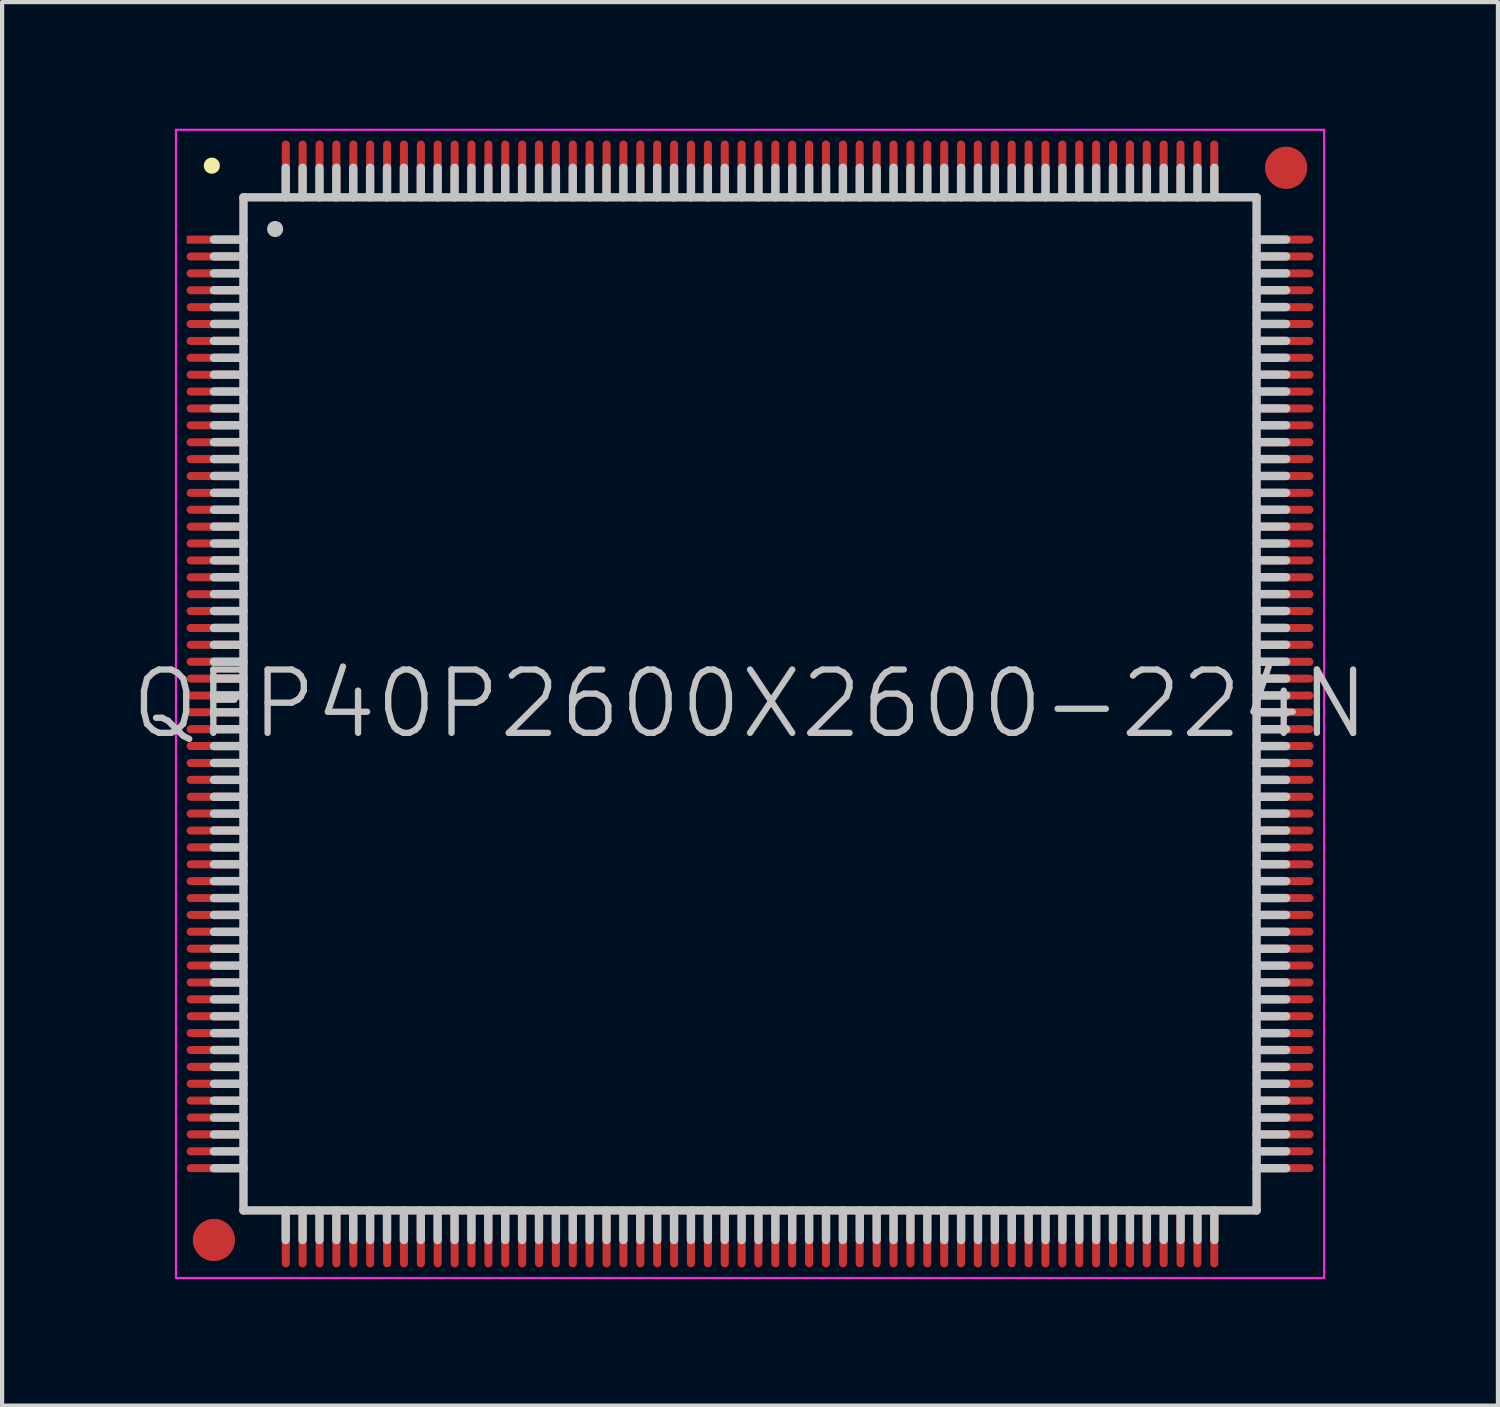
<source format=kicad_pcb>
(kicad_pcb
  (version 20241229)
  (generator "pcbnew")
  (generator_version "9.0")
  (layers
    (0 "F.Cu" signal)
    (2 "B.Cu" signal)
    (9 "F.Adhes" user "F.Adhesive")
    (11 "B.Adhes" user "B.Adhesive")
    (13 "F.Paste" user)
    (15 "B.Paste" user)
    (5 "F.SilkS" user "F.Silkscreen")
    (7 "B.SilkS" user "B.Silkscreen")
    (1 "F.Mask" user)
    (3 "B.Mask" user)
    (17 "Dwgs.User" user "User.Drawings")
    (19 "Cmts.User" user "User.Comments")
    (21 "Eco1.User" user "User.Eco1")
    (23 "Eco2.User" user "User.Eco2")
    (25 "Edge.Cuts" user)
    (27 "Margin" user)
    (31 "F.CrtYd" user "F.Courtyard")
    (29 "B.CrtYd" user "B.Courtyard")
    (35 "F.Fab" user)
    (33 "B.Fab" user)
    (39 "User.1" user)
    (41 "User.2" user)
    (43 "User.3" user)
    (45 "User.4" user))
  (footprint "QFP40P2600X2600-224N"
    (layer "F.Cu")
    (at 14.718 13.625)
    (property "Reference" "QFP40P2600X2600-224N" (at 0 0 0) (layer "Dwgs.User") (effects (font (size 1.5 1.5) (thickness 0.15))))
    (attr smd)
    (fp_line (start -12.75 -12.75) (end -12.75 -12.75) (stroke (width 0.381) (type solid)) (layer "F.SilkS"))
    (fp_line (start -12 -12) (end -12 12) (stroke (width 0.2) (type solid)) (layer "Dwgs.User"))
    (fp_line (start -12 -12) (end 12 -12) (stroke (width 0.2) (type solid)) (layer "Dwgs.User"))
    (fp_line (start -12 -11) (end -12.7 -11) (stroke (width 0.2) (type solid)) (layer "Dwgs.User"))
    (fp_line (start -12 -10.6) (end -12.7 -10.6) (stroke (width 0.2) (type solid)) (layer "Dwgs.User"))
    (fp_line (start -12 -10.2) (end -12.7 -10.2) (stroke (width 0.2) (type solid)) (layer "Dwgs.User"))
    (fp_line (start -12 -9.8) (end -12.7 -9.8) (stroke (width 0.2) (type solid)) (layer "Dwgs.User"))
    (fp_line (start -12 -9.4) (end -12.7 -9.4) (stroke (width 0.2) (type solid)) (layer "Dwgs.User"))
    (fp_line (start -12 -9) (end -12.7 -9) (stroke (width 0.2) (type solid)) (layer "Dwgs.User"))
    (fp_line (start -12 -8.6) (end -12.7 -8.6) (stroke (width 0.2) (type solid)) (layer "Dwgs.User"))
    (fp_line (start -12 -8.2) (end -12.7 -8.2) (stroke (width 0.2) (type solid)) (layer "Dwgs.User"))
    (fp_line (start -12 -7.8) (end -12.7 -7.8) (stroke (width 0.2) (type solid)) (layer "Dwgs.User"))
    (fp_line (start -12 -7.4) (end -12.7 -7.4) (stroke (width 0.2) (type solid)) (layer "Dwgs.User"))
    (fp_line (start -12 -7) (end -12.7 -7) (stroke (width 0.2) (type solid)) (layer "Dwgs.User"))
    (fp_line (start -12 -6.6) (end -12.7 -6.6) (stroke (width 0.2) (type solid)) (layer "Dwgs.User"))
    (fp_line (start -12 -6.2) (end -12.7 -6.2) (stroke (width 0.2) (type solid)) (layer "Dwgs.User"))
    (fp_line (start -12 -5.8) (end -12.7 -5.8) (stroke (width 0.2) (type solid)) (layer "Dwgs.User"))
    (fp_line (start -12 -5.4) (end -12.7 -5.4) (stroke (width 0.2) (type solid)) (layer "Dwgs.User"))
    (fp_line (start -12 -5) (end -12.7 -5) (stroke (width 0.2) (type solid)) (layer "Dwgs.User"))
    (fp_line (start -12 -4.6) (end -12.7 -4.6) (stroke (width 0.2) (type solid)) (layer "Dwgs.User"))
    (fp_line (start -12 -4.2) (end -12.7 -4.2) (stroke (width 0.2) (type solid)) (layer "Dwgs.User"))
    (fp_line (start -12 -3.8) (end -12.7 -3.8) (stroke (width 0.2) (type solid)) (layer "Dwgs.User"))
    (fp_line (start -12 -3.4) (end -12.7 -3.4) (stroke (width 0.2) (type solid)) (layer "Dwgs.User"))
    (fp_line (start -12 -3) (end -12.7 -3) (stroke (width 0.2) (type solid)) (layer "Dwgs.User"))
    (fp_line (start -12 -2.6) (end -12.7 -2.6) (stroke (width 0.2) (type solid)) (layer "Dwgs.User"))
    (fp_line (start -12 -2.2) (end -12.7 -2.2) (stroke (width 0.2) (type solid)) (layer "Dwgs.User"))
    (fp_line (start -12 -1.8) (end -12.7 -1.8) (stroke (width 0.2) (type solid)) (layer "Dwgs.User"))
    (fp_line (start -12 -1.4) (end -12.7 -1.4) (stroke (width 0.2) (type solid)) (layer "Dwgs.User"))
    (fp_line (start -12 -1) (end -12.7 -1) (stroke (width 0.2) (type solid)) (layer "Dwgs.User"))
    (fp_line (start -12 -0.6) (end -12.7 -0.6) (stroke (width 0.2) (type solid)) (layer "Dwgs.User"))
    (fp_line (start -12 -0.2) (end -12.7 -0.2) (stroke (width 0.2) (type solid)) (layer "Dwgs.User"))
    (fp_line (start -12 0.2) (end -12.7 0.2) (stroke (width 0.2) (type solid)) (layer "Dwgs.User"))
    (fp_line (start -12 0.6) (end -12.7 0.6) (stroke (width 0.2) (type solid)) (layer "Dwgs.User"))
    (fp_line (start -12 1) (end -12.7 1) (stroke (width 0.2) (type solid)) (layer "Dwgs.User"))
    (fp_line (start -12 1.4) (end -12.7 1.4) (stroke (width 0.2) (type solid)) (layer "Dwgs.User"))
    (fp_line (start -12 1.8) (end -12.7 1.8) (stroke (width 0.2) (type solid)) (layer "Dwgs.User"))
    (fp_line (start -12 2.2) (end -12.7 2.2) (stroke (width 0.2) (type solid)) (layer "Dwgs.User"))
    (fp_line (start -12 2.6) (end -12.7 2.6) (stroke (width 0.2) (type solid)) (layer "Dwgs.User"))
    (fp_line (start -12 3) (end -12.7 3) (stroke (width 0.2) (type solid)) (layer "Dwgs.User"))
    (fp_line (start -12 3.4) (end -12.7 3.4) (stroke (width 0.2) (type solid)) (layer "Dwgs.User"))
    (fp_line (start -12 3.8) (end -12.7 3.8) (stroke (width 0.2) (type solid)) (layer "Dwgs.User"))
    (fp_line (start -12 4.2) (end -12.7 4.2) (stroke (width 0.2) (type solid)) (layer "Dwgs.User"))
    (fp_line (start -12 4.6) (end -12.7 4.6) (stroke (width 0.2) (type solid)) (layer "Dwgs.User"))
    (fp_line (start -12 5) (end -12.7 5) (stroke (width 0.2) (type solid)) (layer "Dwgs.User"))
    (fp_line (start -12 5.4) (end -12.7 5.4) (stroke (width 0.2) (type solid)) (layer "Dwgs.User"))
    (fp_line (start -12 5.8) (end -12.7 5.8) (stroke (width 0.2) (type solid)) (layer "Dwgs.User"))
    (fp_line (start -12 6.2) (end -12.7 6.2) (stroke (width 0.2) (type solid)) (layer "Dwgs.User"))
    (fp_line (start -12 6.6) (end -12.7 6.6) (stroke (width 0.2) (type solid)) (layer "Dwgs.User"))
    (fp_line (start -12 7) (end -12.7 7) (stroke (width 0.2) (type solid)) (layer "Dwgs.User"))
    (fp_line (start -12 7.4) (end -12.7 7.4) (stroke (width 0.2) (type solid)) (layer "Dwgs.User"))
    (fp_line (start -12 7.8) (end -12.7 7.8) (stroke (width 0.2) (type solid)) (layer "Dwgs.User"))
    (fp_line (start -12 8.2) (end -12.7 8.2) (stroke (width 0.2) (type solid)) (layer "Dwgs.User"))
    (fp_line (start -12 8.6) (end -12.7 8.6) (stroke (width 0.2) (type solid)) (layer "Dwgs.User"))
    (fp_line (start -12 9) (end -12.7 9) (stroke (width 0.2) (type solid)) (layer "Dwgs.User"))
    (fp_line (start -12 9.4) (end -12.7 9.4) (stroke (width 0.2) (type solid)) (layer "Dwgs.User"))
    (fp_line (start -12 9.8) (end -12.7 9.8) (stroke (width 0.2) (type solid)) (layer "Dwgs.User"))
    (fp_line (start -12 10.2) (end -12.7 10.2) (stroke (width 0.2) (type solid)) (layer "Dwgs.User"))
    (fp_line (start -12 10.6) (end -12.7 10.6) (stroke (width 0.2) (type solid)) (layer "Dwgs.User"))
    (fp_line (start -12 11) (end -12.7 11) (stroke (width 0.2) (type solid)) (layer "Dwgs.User"))
    (fp_line (start -12 12) (end 12 12) (stroke (width 0.2) (type solid)) (layer "Dwgs.User"))
    (fp_line (start -11.25 -11.25) (end -11.25 -11.25) (stroke (width 0.381) (type solid)) (layer "Dwgs.User"))
    (fp_line (start -11 -12) (end -11 -12.7) (stroke (width 0.2) (type solid)) (layer "Dwgs.User"))
    (fp_line (start -11 12.7) (end -11 12) (stroke (width 0.2) (type solid)) (layer "Dwgs.User"))
    (fp_line (start -10.6 -12) (end -10.6 -12.7) (stroke (width 0.2) (type solid)) (layer "Dwgs.User"))
    (fp_line (start -10.6 12.7) (end -10.6 12) (stroke (width 0.2) (type solid)) (layer "Dwgs.User"))
    (fp_line (start -10.2 -12) (end -10.2 -12.7) (stroke (width 0.2) (type solid)) (layer "Dwgs.User"))
    (fp_line (start -10.2 12.7) (end -10.2 12) (stroke (width 0.2) (type solid)) (layer "Dwgs.User"))
    (fp_line (start -9.8 -12) (end -9.8 -12.7) (stroke (width 0.2) (type solid)) (layer "Dwgs.User"))
    (fp_line (start -9.8 12.7) (end -9.8 12) (stroke (width 0.2) (type solid)) (layer "Dwgs.User"))
    (fp_line (start -9.4 -12) (end -9.4 -12.7) (stroke (width 0.2) (type solid)) (layer "Dwgs.User"))
    (fp_line (start -9.4 12.7) (end -9.4 12) (stroke (width 0.2) (type solid)) (layer "Dwgs.User"))
    (fp_line (start -9 -12) (end -9 -12.7) (stroke (width 0.2) (type solid)) (layer "Dwgs.User"))
    (fp_line (start -9 12.7) (end -9 12) (stroke (width 0.2) (type solid)) (layer "Dwgs.User"))
    (fp_line (start -8.6 -12) (end -8.6 -12.7) (stroke (width 0.2) (type solid)) (layer "Dwgs.User"))
    (fp_line (start -8.6 12.7) (end -8.6 12) (stroke (width 0.2) (type solid)) (layer "Dwgs.User"))
    (fp_line (start -8.2 -12) (end -8.2 -12.7) (stroke (width 0.2) (type solid)) (layer "Dwgs.User"))
    (fp_line (start -8.2 12.7) (end -8.2 12) (stroke (width 0.2) (type solid)) (layer "Dwgs.User"))
    (fp_line (start -7.8 -12) (end -7.8 -12.7) (stroke (width 0.2) (type solid)) (layer "Dwgs.User"))
    (fp_line (start -7.8 12.7) (end -7.8 12) (stroke (width 0.2) (type solid)) (layer "Dwgs.User"))
    (fp_line (start -7.4 -12) (end -7.4 -12.7) (stroke (width 0.2) (type solid)) (layer "Dwgs.User"))
    (fp_line (start -7.4 12.7) (end -7.4 12) (stroke (width 0.2) (type solid)) (layer "Dwgs.User"))
    (fp_line (start -7 -12) (end -7 -12.7) (stroke (width 0.2) (type solid)) (layer "Dwgs.User"))
    (fp_line (start -7 12.7) (end -7 12) (stroke (width 0.2) (type solid)) (layer "Dwgs.User"))
    (fp_line (start -6.6 -12) (end -6.6 -12.7) (stroke (width 0.2) (type solid)) (layer "Dwgs.User"))
    (fp_line (start -6.6 12.7) (end -6.6 12) (stroke (width 0.2) (type solid)) (layer "Dwgs.User"))
    (fp_line (start -6.2 -12) (end -6.2 -12.7) (stroke (width 0.2) (type solid)) (layer "Dwgs.User"))
    (fp_line (start -6.2 12.7) (end -6.2 12) (stroke (width 0.2) (type solid)) (layer "Dwgs.User"))
    (fp_line (start -5.8 -12) (end -5.8 -12.7) (stroke (width 0.2) (type solid)) (layer "Dwgs.User"))
    (fp_line (start -5.8 12.7) (end -5.8 12) (stroke (width 0.2) (type solid)) (layer "Dwgs.User"))
    (fp_line (start -5.4 -12) (end -5.4 -12.7) (stroke (width 0.2) (type solid)) (layer "Dwgs.User"))
    (fp_line (start -5.4 12.7) (end -5.4 12) (stroke (width 0.2) (type solid)) (layer "Dwgs.User"))
    (fp_line (start -5 -12) (end -5 -12.7) (stroke (width 0.2) (type solid)) (layer "Dwgs.User"))
    (fp_line (start -5 12.7) (end -5 12) (stroke (width 0.2) (type solid)) (layer "Dwgs.User"))
    (fp_line (start -4.6 -12) (end -4.6 -12.7) (stroke (width 0.2) (type solid)) (layer "Dwgs.User"))
    (fp_line (start -4.6 12.7) (end -4.6 12) (stroke (width 0.2) (type solid)) (layer "Dwgs.User"))
    (fp_line (start -4.2 -12) (end -4.2 -12.7) (stroke (width 0.2) (type solid)) (layer "Dwgs.User"))
    (fp_line (start -4.2 12.7) (end -4.2 12) (stroke (width 0.2) (type solid)) (layer "Dwgs.User"))
    (fp_line (start -3.8 -12) (end -3.8 -12.7) (stroke (width 0.2) (type solid)) (layer "Dwgs.User"))
    (fp_line (start -3.8 12.7) (end -3.8 12) (stroke (width 0.2) (type solid)) (layer "Dwgs.User"))
    (fp_line (start -3.4 -12) (end -3.4 -12.7) (stroke (width 0.2) (type solid)) (layer "Dwgs.User"))
    (fp_line (start -3.4 12.7) (end -3.4 12) (stroke (width 0.2) (type solid)) (layer "Dwgs.User"))
    (fp_line (start -3 -12) (end -3 -12.7) (stroke (width 0.2) (type solid)) (layer "Dwgs.User"))
    (fp_line (start -3 12.7) (end -3 12) (stroke (width 0.2) (type solid)) (layer "Dwgs.User"))
    (fp_line (start -2.6 -12) (end -2.6 -12.7) (stroke (width 0.2) (type solid)) (layer "Dwgs.User"))
    (fp_line (start -2.6 12.7) (end -2.6 12) (stroke (width 0.2) (type solid)) (layer "Dwgs.User"))
    (fp_line (start -2.2 -12) (end -2.2 -12.7) (stroke (width 0.2) (type solid)) (layer "Dwgs.User"))
    (fp_line (start -2.2 12.7) (end -2.2 12) (stroke (width 0.2) (type solid)) (layer "Dwgs.User"))
    (fp_line (start -1.8 -12) (end -1.8 -12.7) (stroke (width 0.2) (type solid)) (layer "Dwgs.User"))
    (fp_line (start -1.8 12.7) (end -1.8 12) (stroke (width 0.2) (type solid)) (layer "Dwgs.User"))
    (fp_line (start -1.4 -12) (end -1.4 -12.7) (stroke (width 0.2) (type solid)) (layer "Dwgs.User"))
    (fp_line (start -1.4 12.7) (end -1.4 12) (stroke (width 0.2) (type solid)) (layer "Dwgs.User"))
    (fp_line (start -1 -12) (end -1 -12.7) (stroke (width 0.2) (type solid)) (layer "Dwgs.User"))
    (fp_line (start -1 12.7) (end -1 12) (stroke (width 0.2) (type solid)) (layer "Dwgs.User"))
    (fp_line (start -0.6 -12) (end -0.6 -12.7) (stroke (width 0.2) (type solid)) (layer "Dwgs.User"))
    (fp_line (start -0.6 12.7) (end -0.6 12) (stroke (width 0.2) (type solid)) (layer "Dwgs.User"))
    (fp_line (start -0.2 -12) (end -0.2 -12.7) (stroke (width 0.2) (type solid)) (layer "Dwgs.User"))
    (fp_line (start -0.2 12.7) (end -0.2 12) (stroke (width 0.2) (type solid)) (layer "Dwgs.User"))
    (fp_line (start 0.2 -12) (end 0.2 -12.7) (stroke (width 0.2) (type solid)) (layer "Dwgs.User"))
    (fp_line (start 0.2 12.7) (end 0.2 12) (stroke (width 0.2) (type solid)) (layer "Dwgs.User"))
    (fp_line (start 0.6 -12) (end 0.6 -12.7) (stroke (width 0.2) (type solid)) (layer "Dwgs.User"))
    (fp_line (start 0.6 12.7) (end 0.6 12) (stroke (width 0.2) (type solid)) (layer "Dwgs.User"))
    (fp_line (start 1 -12) (end 1 -12.7) (stroke (width 0.2) (type solid)) (layer "Dwgs.User"))
    (fp_line (start 1 12.7) (end 1 12) (stroke (width 0.2) (type solid)) (layer "Dwgs.User"))
    (fp_line (start 1.4 -12) (end 1.4 -12.7) (stroke (width 0.2) (type solid)) (layer "Dwgs.User"))
    (fp_line (start 1.4 12.7) (end 1.4 12) (stroke (width 0.2) (type solid)) (layer "Dwgs.User"))
    (fp_line (start 1.8 -12) (end 1.8 -12.7) (stroke (width 0.2) (type solid)) (layer "Dwgs.User"))
    (fp_line (start 1.8 12.7) (end 1.8 12) (stroke (width 0.2) (type solid)) (layer "Dwgs.User"))
    (fp_line (start 2.2 -12) (end 2.2 -12.7) (stroke (width 0.2) (type solid)) (layer "Dwgs.User"))
    (fp_line (start 2.2 12.7) (end 2.2 12) (stroke (width 0.2) (type solid)) (layer "Dwgs.User"))
    (fp_line (start 2.6 -12) (end 2.6 -12.7) (stroke (width 0.2) (type solid)) (layer "Dwgs.User"))
    (fp_line (start 2.6 12.7) (end 2.6 12) (stroke (width 0.2) (type solid)) (layer "Dwgs.User"))
    (fp_line (start 3 -12) (end 3 -12.7) (stroke (width 0.2) (type solid)) (layer "Dwgs.User"))
    (fp_line (start 3 12.7) (end 3 12) (stroke (width 0.2) (type solid)) (layer "Dwgs.User"))
    (fp_line (start 3.4 -12) (end 3.4 -12.7) (stroke (width 0.2) (type solid)) (layer "Dwgs.User"))
    (fp_line (start 3.4 12.7) (end 3.4 12) (stroke (width 0.2) (type solid)) (layer "Dwgs.User"))
    (fp_line (start 3.8 -12) (end 3.8 -12.7) (stroke (width 0.2) (type solid)) (layer "Dwgs.User"))
    (fp_line (start 3.8 12.7) (end 3.8 12) (stroke (width 0.2) (type solid)) (layer "Dwgs.User"))
    (fp_line (start 4.2 -12) (end 4.2 -12.7) (stroke (width 0.2) (type solid)) (layer "Dwgs.User"))
    (fp_line (start 4.2 12.7) (end 4.2 12) (stroke (width 0.2) (type solid)) (layer "Dwgs.User"))
    (fp_line (start 4.6 -12) (end 4.6 -12.7) (stroke (width 0.2) (type solid)) (layer "Dwgs.User"))
    (fp_line (start 4.6 12.7) (end 4.6 12) (stroke (width 0.2) (type solid)) (layer "Dwgs.User"))
    (fp_line (start 5 -12) (end 5 -12.7) (stroke (width 0.2) (type solid)) (layer "Dwgs.User"))
    (fp_line (start 5 12.7) (end 5 12) (stroke (width 0.2) (type solid)) (layer "Dwgs.User"))
    (fp_line (start 5.4 -12) (end 5.4 -12.7) (stroke (width 0.2) (type solid)) (layer "Dwgs.User"))
    (fp_line (start 5.4 12.7) (end 5.4 12) (stroke (width 0.2) (type solid)) (layer "Dwgs.User"))
    (fp_line (start 5.8 -12) (end 5.8 -12.7) (stroke (width 0.2) (type solid)) (layer "Dwgs.User"))
    (fp_line (start 5.8 12.7) (end 5.8 12) (stroke (width 0.2) (type solid)) (layer "Dwgs.User"))
    (fp_line (start 6.2 -12) (end 6.2 -12.7) (stroke (width 0.2) (type solid)) (layer "Dwgs.User"))
    (fp_line (start 6.2 12.7) (end 6.2 12) (stroke (width 0.2) (type solid)) (layer "Dwgs.User"))
    (fp_line (start 6.6 -12) (end 6.6 -12.7) (stroke (width 0.2) (type solid)) (layer "Dwgs.User"))
    (fp_line (start 6.6 12.7) (end 6.6 12) (stroke (width 0.2) (type solid)) (layer "Dwgs.User"))
    (fp_line (start 7 -12) (end 7 -12.7) (stroke (width 0.2) (type solid)) (layer "Dwgs.User"))
    (fp_line (start 7 12.7) (end 7 12) (stroke (width 0.2) (type solid)) (layer "Dwgs.User"))
    (fp_line (start 7.4 -12) (end 7.4 -12.7) (stroke (width 0.2) (type solid)) (layer "Dwgs.User"))
    (fp_line (start 7.4 12.7) (end 7.4 12) (stroke (width 0.2) (type solid)) (layer "Dwgs.User"))
    (fp_line (start 7.8 -12) (end 7.8 -12.7) (stroke (width 0.2) (type solid)) (layer "Dwgs.User"))
    (fp_line (start 7.8 12.7) (end 7.8 12) (stroke (width 0.2) (type solid)) (layer "Dwgs.User"))
    (fp_line (start 8.2 -12) (end 8.2 -12.7) (stroke (width 0.2) (type solid)) (layer "Dwgs.User"))
    (fp_line (start 8.2 12.7) (end 8.2 12) (stroke (width 0.2) (type solid)) (layer "Dwgs.User"))
    (fp_line (start 8.6 -12) (end 8.6 -12.7) (stroke (width 0.2) (type solid)) (layer "Dwgs.User"))
    (fp_line (start 8.6 12.7) (end 8.6 12) (stroke (width 0.2) (type solid)) (layer "Dwgs.User"))
    (fp_line (start 9 -12) (end 9 -12.7) (stroke (width 0.2) (type solid)) (layer "Dwgs.User"))
    (fp_line (start 9 12.7) (end 9 12) (stroke (width 0.2) (type solid)) (layer "Dwgs.User"))
    (fp_line (start 9.4 -12) (end 9.4 -12.7) (stroke (width 0.2) (type solid)) (layer "Dwgs.User"))
    (fp_line (start 9.4 12.7) (end 9.4 12) (stroke (width 0.2) (type solid)) (layer "Dwgs.User"))
    (fp_line (start 9.8 -12) (end 9.8 -12.7) (stroke (width 0.2) (type solid)) (layer "Dwgs.User"))
    (fp_line (start 9.8 12.7) (end 9.8 12) (stroke (width 0.2) (type solid)) (layer "Dwgs.User"))
    (fp_line (start 10.2 -12) (end 10.2 -12.7) (stroke (width 0.2) (type solid)) (layer "Dwgs.User"))
    (fp_line (start 10.2 12.7) (end 10.2 12) (stroke (width 0.2) (type solid)) (layer "Dwgs.User"))
    (fp_line (start 10.6 -12) (end 10.6 -12.7) (stroke (width 0.2) (type solid)) (layer "Dwgs.User"))
    (fp_line (start 10.6 12.7) (end 10.6 12) (stroke (width 0.2) (type solid)) (layer "Dwgs.User"))
    (fp_line (start 11 -12) (end 11 -12.7) (stroke (width 0.2) (type solid)) (layer "Dwgs.User"))
    (fp_line (start 11 12.7) (end 11 12) (stroke (width 0.2) (type solid)) (layer "Dwgs.User"))
    (fp_line (start 12 -12) (end 12 12) (stroke (width 0.2) (type solid)) (layer "Dwgs.User"))
    (fp_line (start 12.7 -11) (end 12 -11) (stroke (width 0.2) (type solid)) (layer "Dwgs.User"))
    (fp_line (start 12.7 -10.6) (end 12 -10.6) (stroke (width 0.2) (type solid)) (layer "Dwgs.User"))
    (fp_line (start 12.7 -10.2) (end 12 -10.2) (stroke (width 0.2) (type solid)) (layer "Dwgs.User"))
    (fp_line (start 12.7 -9.8) (end 12 -9.8) (stroke (width 0.2) (type solid)) (layer "Dwgs.User"))
    (fp_line (start 12.7 -9.4) (end 12 -9.4) (stroke (width 0.2) (type solid)) (layer "Dwgs.User"))
    (fp_line (start 12.7 -9) (end 12 -9) (stroke (width 0.2) (type solid)) (layer "Dwgs.User"))
    (fp_line (start 12.7 -8.6) (end 12 -8.6) (stroke (width 0.2) (type solid)) (layer "Dwgs.User"))
    (fp_line (start 12.7 -8.2) (end 12 -8.2) (stroke (width 0.2) (type solid)) (layer "Dwgs.User"))
    (fp_line (start 12.7 -7.8) (end 12 -7.8) (stroke (width 0.2) (type solid)) (layer "Dwgs.User"))
    (fp_line (start 12.7 -7.4) (end 12 -7.4) (stroke (width 0.2) (type solid)) (layer "Dwgs.User"))
    (fp_line (start 12.7 -7) (end 12 -7) (stroke (width 0.2) (type solid)) (layer "Dwgs.User"))
    (fp_line (start 12.7 -6.6) (end 12 -6.6) (stroke (width 0.2) (type solid)) (layer "Dwgs.User"))
    (fp_line (start 12.7 -6.2) (end 12 -6.2) (stroke (width 0.2) (type solid)) (layer "Dwgs.User"))
    (fp_line (start 12.7 -5.8) (end 12 -5.8) (stroke (width 0.2) (type solid)) (layer "Dwgs.User"))
    (fp_line (start 12.7 -5.4) (end 12 -5.4) (stroke (width 0.2) (type solid)) (layer "Dwgs.User"))
    (fp_line (start 12.7 -5) (end 12 -5) (stroke (width 0.2) (type solid)) (layer "Dwgs.User"))
    (fp_line (start 12.7 -4.6) (end 12 -4.6) (stroke (width 0.2) (type solid)) (layer "Dwgs.User"))
    (fp_line (start 12.7 -4.2) (end 12 -4.2) (stroke (width 0.2) (type solid)) (layer "Dwgs.User"))
    (fp_line (start 12.7 -3.8) (end 12 -3.8) (stroke (width 0.2) (type solid)) (layer "Dwgs.User"))
    (fp_line (start 12.7 -3.4) (end 12 -3.4) (stroke (width 0.2) (type solid)) (layer "Dwgs.User"))
    (fp_line (start 12.7 -3) (end 12 -3) (stroke (width 0.2) (type solid)) (layer "Dwgs.User"))
    (fp_line (start 12.7 -2.6) (end 12 -2.6) (stroke (width 0.2) (type solid)) (layer "Dwgs.User"))
    (fp_line (start 12.7 -2.2) (end 12 -2.2) (stroke (width 0.2) (type solid)) (layer "Dwgs.User"))
    (fp_line (start 12.7 -1.8) (end 12 -1.8) (stroke (width 0.2) (type solid)) (layer "Dwgs.User"))
    (fp_line (start 12.7 -1.4) (end 12 -1.4) (stroke (width 0.2) (type solid)) (layer "Dwgs.User"))
    (fp_line (start 12.7 -1) (end 12 -1) (stroke (width 0.2) (type solid)) (layer "Dwgs.User"))
    (fp_line (start 12.7 -0.6) (end 12 -0.6) (stroke (width 0.2) (type solid)) (layer "Dwgs.User"))
    (fp_line (start 12.7 -0.2) (end 12 -0.2) (stroke (width 0.2) (type solid)) (layer "Dwgs.User"))
    (fp_line (start 12.7 0.2) (end 12 0.2) (stroke (width 0.2) (type solid)) (layer "Dwgs.User"))
    (fp_line (start 12.7 0.6) (end 12 0.6) (stroke (width 0.2) (type solid)) (layer "Dwgs.User"))
    (fp_line (start 12.7 1) (end 12 1) (stroke (width 0.2) (type solid)) (layer "Dwgs.User"))
    (fp_line (start 12.7 1.4) (end 12 1.4) (stroke (width 0.2) (type solid)) (layer "Dwgs.User"))
    (fp_line (start 12.7 1.8) (end 12 1.8) (stroke (width 0.2) (type solid)) (layer "Dwgs.User"))
    (fp_line (start 12.7 2.2) (end 12 2.2) (stroke (width 0.2) (type solid)) (layer "Dwgs.User"))
    (fp_line (start 12.7 2.6) (end 12 2.6) (stroke (width 0.2) (type solid)) (layer "Dwgs.User"))
    (fp_line (start 12.7 3) (end 12 3) (stroke (width 0.2) (type solid)) (layer "Dwgs.User"))
    (fp_line (start 12.7 3.4) (end 12 3.4) (stroke (width 0.2) (type solid)) (layer "Dwgs.User"))
    (fp_line (start 12.7 3.8) (end 12 3.8) (stroke (width 0.2) (type solid)) (layer "Dwgs.User"))
    (fp_line (start 12.7 4.2) (end 12 4.2) (stroke (width 0.2) (type solid)) (layer "Dwgs.User"))
    (fp_line (start 12.7 4.6) (end 12 4.6) (stroke (width 0.2) (type solid)) (layer "Dwgs.User"))
    (fp_line (start 12.7 5) (end 12 5) (stroke (width 0.2) (type solid)) (layer "Dwgs.User"))
    (fp_line (start 12.7 5.4) (end 12 5.4) (stroke (width 0.2) (type solid)) (layer "Dwgs.User"))
    (fp_line (start 12.7 5.8) (end 12 5.8) (stroke (width 0.2) (type solid)) (layer "Dwgs.User"))
    (fp_line (start 12.7 6.2) (end 12 6.2) (stroke (width 0.2) (type solid)) (layer "Dwgs.User"))
    (fp_line (start 12.7 6.6) (end 12 6.6) (stroke (width 0.2) (type solid)) (layer "Dwgs.User"))
    (fp_line (start 12.7 7) (end 12 7) (stroke (width 0.2) (type solid)) (layer "Dwgs.User"))
    (fp_line (start 12.7 7.4) (end 12 7.4) (stroke (width 0.2) (type solid)) (layer "Dwgs.User"))
    (fp_line (start 12.7 7.8) (end 12 7.8) (stroke (width 0.2) (type solid)) (layer "Dwgs.User"))
    (fp_line (start 12.7 8.2) (end 12 8.2) (stroke (width 0.2) (type solid)) (layer "Dwgs.User"))
    (fp_line (start 12.7 8.6) (end 12 8.6) (stroke (width 0.2) (type solid)) (layer "Dwgs.User"))
    (fp_line (start 12.7 9) (end 12 9) (stroke (width 0.2) (type solid)) (layer "Dwgs.User"))
    (fp_line (start 12.7 9.4) (end 12 9.4) (stroke (width 0.2) (type solid)) (layer "Dwgs.User"))
    (fp_line (start 12.7 9.8) (end 12 9.8) (stroke (width 0.2) (type solid)) (layer "Dwgs.User"))
    (fp_line (start 12.7 10.2) (end 12 10.2) (stroke (width 0.2) (type solid)) (layer "Dwgs.User"))
    (fp_line (start 12.7 10.6) (end 12 10.6) (stroke (width 0.2) (type solid)) (layer "Dwgs.User"))
    (fp_line (start 12.7 11) (end 12 11) (stroke (width 0.2) (type solid)) (layer "Dwgs.User"))
    (fp_line (start -13.6 -13.6) (end -13.6 13.6) (stroke (width 0.05) (type solid)) (layer "F.CrtYd"))
    (fp_line (start -13.6 -13.6) (end 13.6 -13.6) (stroke (width 0.05) (type solid)) (layer "F.CrtYd"))
    (fp_line (start -13.6 13.6) (end 13.6 13.6) (stroke (width 0.05) (type solid)) (layer "F.CrtYd"))
    (fp_line (start 13.6 -13.6) (end 13.6 13.6) (stroke (width 0.05) (type solid)) (layer "F.CrtYd"))
    (pad "" smd circle (at -12.7 12.7) (size 1 1) (layers "F.Cu" "F.Mask"))
    (pad "" smd circle (at 12.7 -12.7) (size 1 1) (layers "F.Cu" "F.Mask"))
    (pad "1" smd rect (at -12.697 -10.998 90) (size 0.19 1.3) (layers "F.Cu" "F.Mask" "F.Paste"))
    (pad "2" smd oval (at -12.697 -10.599 90) (size 0.19 1.3) (layers "F.Cu" "F.Mask" "F.Paste"))
    (pad "3" smd oval (at -12.697 -10.198 90) (size 0.19 1.3) (layers "F.Cu" "F.Mask" "F.Paste"))
    (pad "4" smd oval (at -12.697 -9.799 90) (size 0.19 1.3) (layers "F.Cu" "F.Mask" "F.Paste"))
    (pad "5" smd oval (at -12.697 -9.398 90) (size 0.19 1.3) (layers "F.Cu" "F.Mask" "F.Paste"))
    (pad "6" smd oval (at -12.697 -8.999 90) (size 0.19 1.3) (layers "F.Cu" "F.Mask" "F.Paste"))
    (pad "7" smd oval (at -12.697 -8.598 90) (size 0.19 1.3) (layers "F.Cu" "F.Mask" "F.Paste"))
    (pad "8" smd oval (at -12.697 -8.199 90) (size 0.19 1.3) (layers "F.Cu" "F.Mask" "F.Paste"))
    (pad "9" smd oval (at -12.697 -7.798 90) (size 0.19 1.3) (layers "F.Cu" "F.Mask" "F.Paste"))
    (pad "10" smd oval (at -12.697 -7.399 90) (size 0.19 1.3) (layers "F.Cu" "F.Mask" "F.Paste"))
    (pad "11" smd oval (at -12.697 -6.998 90) (size 0.19 1.3) (layers "F.Cu" "F.Mask" "F.Paste"))
    (pad "12" smd oval (at -12.697 -6.599 90) (size 0.19 1.3) (layers "F.Cu" "F.Mask" "F.Paste"))
    (pad "13" smd oval (at -12.697 -6.198 90) (size 0.19 1.3) (layers "F.Cu" "F.Mask" "F.Paste"))
    (pad "14" smd oval (at -12.697 -5.799 90) (size 0.19 1.3) (layers "F.Cu" "F.Mask" "F.Paste"))
    (pad "15" smd oval (at -12.697 -5.397 90) (size 0.19 1.3) (layers "F.Cu" "F.Mask" "F.Paste"))
    (pad "16" smd oval (at -12.697 -4.999 90) (size 0.19 1.3) (layers "F.Cu" "F.Mask" "F.Paste"))
    (pad "17" smd oval (at -12.697 -4.6 90) (size 0.19 1.3) (layers "F.Cu" "F.Mask" "F.Paste"))
    (pad "18" smd oval (at -12.697 -4.199 90) (size 0.19 1.3) (layers "F.Cu" "F.Mask" "F.Paste"))
    (pad "19" smd oval (at -12.697 -3.8 90) (size 0.19 1.3) (layers "F.Cu" "F.Mask" "F.Paste"))
    (pad "20" smd oval (at -12.697 -3.399 90) (size 0.19 1.3) (layers "F.Cu" "F.Mask" "F.Paste"))
    (pad "21" smd oval (at -12.697 -3 90) (size 0.19 1.3) (layers "F.Cu" "F.Mask" "F.Paste"))
    (pad "22" smd oval (at -12.697 -2.598 90) (size 0.19 1.3) (layers "F.Cu" "F.Mask" "F.Paste"))
    (pad "23" smd oval (at -12.697 -2.2 90) (size 0.19 1.3) (layers "F.Cu" "F.Mask" "F.Paste"))
    (pad "24" smd oval (at -12.697 -1.798 90) (size 0.19 1.3) (layers "F.Cu" "F.Mask" "F.Paste"))
    (pad "25" smd oval (at -12.697 -1.4 90) (size 0.19 1.3) (layers "F.Cu" "F.Mask" "F.Paste"))
    (pad "26" smd oval (at -12.697 -0.998 90) (size 0.19 1.3) (layers "F.Cu" "F.Mask" "F.Paste"))
    (pad "27" smd oval (at -12.697 -0.599 90) (size 0.19 1.3) (layers "F.Cu" "F.Mask" "F.Paste"))
    (pad "28" smd oval (at -12.697 -0.198 90) (size 0.19 1.3) (layers "F.Cu" "F.Mask" "F.Paste"))
    (pad "29" smd oval (at -12.697 0.198 90) (size 0.19 1.3) (layers "F.Cu" "F.Mask" "F.Paste"))
    (pad "30" smd oval (at -12.697 0.599 90) (size 0.19 1.3) (layers "F.Cu" "F.Mask" "F.Paste"))
    (pad "31" smd oval (at -12.697 0.998 90) (size 0.19 1.3) (layers "F.Cu" "F.Mask" "F.Paste"))
    (pad "32" smd oval (at -12.697 1.4 90) (size 0.19 1.3) (layers "F.Cu" "F.Mask" "F.Paste"))
    (pad "33" smd oval (at -12.697 1.798 90) (size 0.19 1.3) (layers "F.Cu" "F.Mask" "F.Paste"))
    (pad "34" smd oval (at -12.697 2.2 90) (size 0.19 1.3) (layers "F.Cu" "F.Mask" "F.Paste"))
    (pad "35" smd oval (at -12.697 2.598 90) (size 0.19 1.3) (layers "F.Cu" "F.Mask" "F.Paste"))
    (pad "36" smd oval (at -12.697 3 90) (size 0.19 1.3) (layers "F.Cu" "F.Mask" "F.Paste"))
    (pad "37" smd oval (at -12.697 3.399 90) (size 0.19 1.3) (layers "F.Cu" "F.Mask" "F.Paste"))
    (pad "38" smd oval (at -12.697 3.8 90) (size 0.19 1.3) (layers "F.Cu" "F.Mask" "F.Paste"))
    (pad "39" smd oval (at -12.697 4.199 90) (size 0.19 1.3) (layers "F.Cu" "F.Mask" "F.Paste"))
    (pad "40" smd oval (at -12.697 4.6 90) (size 0.19 1.3) (layers "F.Cu" "F.Mask" "F.Paste"))
    (pad "41" smd oval (at -12.697 4.999 90) (size 0.19 1.3) (layers "F.Cu" "F.Mask" "F.Paste"))
    (pad "42" smd oval (at -12.697 5.397 90) (size 0.19 1.3) (layers "F.Cu" "F.Mask" "F.Paste"))
    (pad "43" smd oval (at -12.697 5.799 90) (size 0.19 1.3) (layers "F.Cu" "F.Mask" "F.Paste"))
    (pad "44" smd oval (at -12.697 6.198 90) (size 0.19 1.3) (layers "F.Cu" "F.Mask" "F.Paste"))
    (pad "45" smd oval (at -12.697 6.599 90) (size 0.19 1.3) (layers "F.Cu" "F.Mask" "F.Paste"))
    (pad "46" smd oval (at -12.697 6.998 90) (size 0.19 1.3) (layers "F.Cu" "F.Mask" "F.Paste"))
    (pad "47" smd oval (at -12.697 7.399 90) (size 0.19 1.3) (layers "F.Cu" "F.Mask" "F.Paste"))
    (pad "48" smd oval (at -12.697 7.798 90) (size 0.19 1.3) (layers "F.Cu" "F.Mask" "F.Paste"))
    (pad "49" smd oval (at -12.697 8.199 90) (size 0.19 1.3) (layers "F.Cu" "F.Mask" "F.Paste"))
    (pad "50" smd oval (at -12.697 8.598 90) (size 0.19 1.3) (layers "F.Cu" "F.Mask" "F.Paste"))
    (pad "51" smd oval (at -12.697 8.999 90) (size 0.19 1.3) (layers "F.Cu" "F.Mask" "F.Paste"))
    (pad "52" smd oval (at -12.697 9.398 90) (size 0.19 1.3) (layers "F.Cu" "F.Mask" "F.Paste"))
    (pad "53" smd oval (at -12.697 9.799 90) (size 0.19 1.3) (layers "F.Cu" "F.Mask" "F.Paste"))
    (pad "54" smd oval (at -12.697 10.198 90) (size 0.19 1.3) (layers "F.Cu" "F.Mask" "F.Paste"))
    (pad "55" smd oval (at -12.697 10.599 90) (size 0.19 1.3) (layers "F.Cu" "F.Mask" "F.Paste"))
    (pad "56" smd oval (at -12.697 10.998 90) (size 0.19 1.3) (layers "F.Cu" "F.Mask" "F.Paste"))
    (pad "57" smd oval (at -10.998 12.697 180) (size 0.19 1.3) (layers "F.Cu" "F.Mask" "F.Paste"))
    (pad "58" smd oval (at -10.599 12.697 180) (size 0.19 1.3) (layers "F.Cu" "F.Mask" "F.Paste"))
    (pad "59" smd oval (at -10.198 12.697 180) (size 0.19 1.3) (layers "F.Cu" "F.Mask" "F.Paste"))
    (pad "60" smd oval (at -9.799 12.697 180) (size 0.19 1.3) (layers "F.Cu" "F.Mask" "F.Paste"))
    (pad "61" smd oval (at -9.398 12.697 180) (size 0.19 1.3) (layers "F.Cu" "F.Mask" "F.Paste"))
    (pad "62" smd oval (at -8.999 12.697 180) (size 0.19 1.3) (layers "F.Cu" "F.Mask" "F.Paste"))
    (pad "63" smd oval (at -8.598 12.697 180) (size 0.19 1.3) (layers "F.Cu" "F.Mask" "F.Paste"))
    (pad "64" smd oval (at -8.199 12.697 180) (size 0.19 1.3) (layers "F.Cu" "F.Mask" "F.Paste"))
    (pad "65" smd oval (at -7.798 12.697 180) (size 0.19 1.3) (layers "F.Cu" "F.Mask" "F.Paste"))
    (pad "66" smd oval (at -7.399 12.697 180) (size 0.19 1.3) (layers "F.Cu" "F.Mask" "F.Paste"))
    (pad "67" smd oval (at -6.998 12.697 180) (size 0.19 1.3) (layers "F.Cu" "F.Mask" "F.Paste"))
    (pad "68" smd oval (at -6.599 12.697 180) (size 0.19 1.3) (layers "F.Cu" "F.Mask" "F.Paste"))
    (pad "69" smd oval (at -6.198 12.697 180) (size 0.19 1.3) (layers "F.Cu" "F.Mask" "F.Paste"))
    (pad "70" smd oval (at -5.799 12.697 180) (size 0.19 1.3) (layers "F.Cu" "F.Mask" "F.Paste"))
    (pad "71" smd oval (at -5.397 12.697 180) (size 0.19 1.3) (layers "F.Cu" "F.Mask" "F.Paste"))
    (pad "72" smd oval (at -4.999 12.697 180) (size 0.19 1.3) (layers "F.Cu" "F.Mask" "F.Paste"))
    (pad "73" smd oval (at -4.6 12.697 180) (size 0.19 1.3) (layers "F.Cu" "F.Mask" "F.Paste"))
    (pad "74" smd oval (at -4.199 12.697 180) (size 0.19 1.3) (layers "F.Cu" "F.Mask" "F.Paste"))
    (pad "75" smd oval (at -3.8 12.697 180) (size 0.19 1.3) (layers "F.Cu" "F.Mask" "F.Paste"))
    (pad "76" smd oval (at -3.399 12.697 180) (size 0.19 1.3) (layers "F.Cu" "F.Mask" "F.Paste"))
    (pad "77" smd oval (at -3 12.697 180) (size 0.19 1.3) (layers "F.Cu" "F.Mask" "F.Paste"))
    (pad "78" smd oval (at -2.598 12.697 180) (size 0.19 1.3) (layers "F.Cu" "F.Mask" "F.Paste"))
    (pad "79" smd oval (at -2.2 12.697 180) (size 0.19 1.3) (layers "F.Cu" "F.Mask" "F.Paste"))
    (pad "80" smd oval (at -1.798 12.697 180) (size 0.19 1.3) (layers "F.Cu" "F.Mask" "F.Paste"))
    (pad "81" smd oval (at -1.4 12.697 180) (size 0.19 1.3) (layers "F.Cu" "F.Mask" "F.Paste"))
    (pad "82" smd oval (at -0.998 12.697 180) (size 0.19 1.3) (layers "F.Cu" "F.Mask" "F.Paste"))
    (pad "83" smd oval (at -0.599 12.697 180) (size 0.19 1.3) (layers "F.Cu" "F.Mask" "F.Paste"))
    (pad "84" smd oval (at -0.198 12.697 180) (size 0.19 1.3) (layers "F.Cu" "F.Mask" "F.Paste"))
    (pad "85" smd oval (at 0.198 12.697 180) (size 0.19 1.3) (layers "F.Cu" "F.Mask" "F.Paste"))
    (pad "86" smd oval (at 0.599 12.697 180) (size 0.19 1.3) (layers "F.Cu" "F.Mask" "F.Paste"))
    (pad "87" smd oval (at 0.998 12.697 180) (size 0.19 1.3) (layers "F.Cu" "F.Mask" "F.Paste"))
    (pad "88" smd oval (at 1.4 12.697 180) (size 0.19 1.3) (layers "F.Cu" "F.Mask" "F.Paste"))
    (pad "89" smd oval (at 1.798 12.697 180) (size 0.19 1.3) (layers "F.Cu" "F.Mask" "F.Paste"))
    (pad "90" smd oval (at 2.2 12.697 180) (size 0.19 1.3) (layers "F.Cu" "F.Mask" "F.Paste"))
    (pad "91" smd oval (at 2.598 12.697 180) (size 0.19 1.3) (layers "F.Cu" "F.Mask" "F.Paste"))
    (pad "92" smd oval (at 3 12.697 180) (size 0.19 1.3) (layers "F.Cu" "F.Mask" "F.Paste"))
    (pad "93" smd oval (at 3.399 12.697 180) (size 0.19 1.3) (layers "F.Cu" "F.Mask" "F.Paste"))
    (pad "94" smd oval (at 3.8 12.697 180) (size 0.19 1.3) (layers "F.Cu" "F.Mask" "F.Paste"))
    (pad "95" smd oval (at 4.199 12.697 180) (size 0.19 1.3) (layers "F.Cu" "F.Mask" "F.Paste"))
    (pad "96" smd oval (at 4.6 12.697 180) (size 0.19 1.3) (layers "F.Cu" "F.Mask" "F.Paste"))
    (pad "97" smd oval (at 4.999 12.697 180) (size 0.19 1.3) (layers "F.Cu" "F.Mask" "F.Paste"))
    (pad "98" smd oval (at 5.397 12.697 180) (size 0.19 1.3) (layers "F.Cu" "F.Mask" "F.Paste"))
    (pad "99" smd oval (at 5.799 12.697 180) (size 0.19 1.3) (layers "F.Cu" "F.Mask" "F.Paste"))
    (pad "100" smd oval (at 6.198 12.697 180) (size 0.19 1.3) (layers "F.Cu" "F.Mask" "F.Paste"))
    (pad "101" smd oval (at 6.599 12.697 180) (size 0.19 1.3) (layers "F.Cu" "F.Mask" "F.Paste"))
    (pad "102" smd oval (at 6.998 12.697 180) (size 0.19 1.3) (layers "F.Cu" "F.Mask" "F.Paste"))
    (pad "103" smd oval (at 7.399 12.697 180) (size 0.19 1.3) (layers "F.Cu" "F.Mask" "F.Paste"))
    (pad "104" smd oval (at 7.798 12.697 180) (size 0.19 1.3) (layers "F.Cu" "F.Mask" "F.Paste"))
    (pad "105" smd oval (at 8.199 12.697 180) (size 0.19 1.3) (layers "F.Cu" "F.Mask" "F.Paste"))
    (pad "106" smd oval (at 8.598 12.697 180) (size 0.19 1.3) (layers "F.Cu" "F.Mask" "F.Paste"))
    (pad "107" smd oval (at 8.999 12.697 180) (size 0.19 1.3) (layers "F.Cu" "F.Mask" "F.Paste"))
    (pad "108" smd oval (at 9.398 12.697 180) (size 0.19 1.3) (layers "F.Cu" "F.Mask" "F.Paste"))
    (pad "109" smd oval (at 9.799 12.697 180) (size 0.19 1.3) (layers "F.Cu" "F.Mask" "F.Paste"))
    (pad "110" smd oval (at 10.198 12.697 180) (size 0.19 1.3) (layers "F.Cu" "F.Mask" "F.Paste"))
    (pad "111" smd oval (at 10.599 12.697 180) (size 0.19 1.3) (layers "F.Cu" "F.Mask" "F.Paste"))
    (pad "112" smd oval (at 10.998 12.697 180) (size 0.19 1.3) (layers "F.Cu" "F.Mask" "F.Paste"))
    (pad "113" smd oval (at 12.697 10.998 270) (size 0.19 1.3) (layers "F.Cu" "F.Mask" "F.Paste"))
    (pad "114" smd oval (at 12.697 10.599 270) (size 0.19 1.3) (layers "F.Cu" "F.Mask" "F.Paste"))
    (pad "115" smd oval (at 12.697 10.198 270) (size 0.19 1.3) (layers "F.Cu" "F.Mask" "F.Paste"))
    (pad "116" smd oval (at 12.697 9.799 270) (size 0.19 1.3) (layers "F.Cu" "F.Mask" "F.Paste"))
    (pad "117" smd oval (at 12.697 9.398 270) (size 0.19 1.3) (layers "F.Cu" "F.Mask" "F.Paste"))
    (pad "118" smd oval (at 12.697 8.999 270) (size 0.19 1.3) (layers "F.Cu" "F.Mask" "F.Paste"))
    (pad "119" smd oval (at 12.697 8.598 270) (size 0.19 1.3) (layers "F.Cu" "F.Mask" "F.Paste"))
    (pad "120" smd oval (at 12.697 8.199 270) (size 0.19 1.3) (layers "F.Cu" "F.Mask" "F.Paste"))
    (pad "121" smd oval (at 12.697 7.798 270) (size 0.19 1.3) (layers "F.Cu" "F.Mask" "F.Paste"))
    (pad "122" smd oval (at 12.697 7.399 270) (size 0.19 1.3) (layers "F.Cu" "F.Mask" "F.Paste"))
    (pad "123" smd oval (at 12.697 6.998 270) (size 0.19 1.3) (layers "F.Cu" "F.Mask" "F.Paste"))
    (pad "124" smd oval (at 12.697 6.599 270) (size 0.19 1.3) (layers "F.Cu" "F.Mask" "F.Paste"))
    (pad "125" smd oval (at 12.697 6.198 270) (size 0.19 1.3) (layers "F.Cu" "F.Mask" "F.Paste"))
    (pad "126" smd oval (at 12.697 5.799 270) (size 0.19 1.3) (layers "F.Cu" "F.Mask" "F.Paste"))
    (pad "127" smd oval (at 12.697 5.397 270) (size 0.19 1.3) (layers "F.Cu" "F.Mask" "F.Paste"))
    (pad "128" smd oval (at 12.697 4.999 270) (size 0.19 1.3) (layers "F.Cu" "F.Mask" "F.Paste"))
    (pad "129" smd oval (at 12.697 4.6 270) (size 0.19 1.3) (layers "F.Cu" "F.Mask" "F.Paste"))
    (pad "130" smd oval (at 12.697 4.199 270) (size 0.19 1.3) (layers "F.Cu" "F.Mask" "F.Paste"))
    (pad "131" smd oval (at 12.697 3.8 270) (size 0.19 1.3) (layers "F.Cu" "F.Mask" "F.Paste"))
    (pad "132" smd oval (at 12.697 3.399 270) (size 0.19 1.3) (layers "F.Cu" "F.Mask" "F.Paste"))
    (pad "133" smd oval (at 12.697 3 270) (size 0.19 1.3) (layers "F.Cu" "F.Mask" "F.Paste"))
    (pad "134" smd oval (at 12.697 2.598 270) (size 0.19 1.3) (layers "F.Cu" "F.Mask" "F.Paste"))
    (pad "135" smd oval (at 12.697 2.2 270) (size 0.19 1.3) (layers "F.Cu" "F.Mask" "F.Paste"))
    (pad "136" smd oval (at 12.697 1.798 270) (size 0.19 1.3) (layers "F.Cu" "F.Mask" "F.Paste"))
    (pad "137" smd oval (at 12.697 1.4 270) (size 0.19 1.3) (layers "F.Cu" "F.Mask" "F.Paste"))
    (pad "138" smd oval (at 12.697 0.998 270) (size 0.19 1.3) (layers "F.Cu" "F.Mask" "F.Paste"))
    (pad "139" smd oval (at 12.697 0.599 270) (size 0.19 1.3) (layers "F.Cu" "F.Mask" "F.Paste"))
    (pad "140" smd oval (at 12.697 0.198 270) (size 0.19 1.3) (layers "F.Cu" "F.Mask" "F.Paste"))
    (pad "141" smd oval (at 12.697 -0.198 270) (size 0.19 1.3) (layers "F.Cu" "F.Mask" "F.Paste"))
    (pad "142" smd oval (at 12.697 -0.599 270) (size 0.19 1.3) (layers "F.Cu" "F.Mask" "F.Paste"))
    (pad "143" smd oval (at 12.697 -0.998 270) (size 0.19 1.3) (layers "F.Cu" "F.Mask" "F.Paste"))
    (pad "144" smd oval (at 12.697 -1.4 270) (size 0.19 1.3) (layers "F.Cu" "F.Mask" "F.Paste"))
    (pad "145" smd oval (at 12.697 -1.798 270) (size 0.19 1.3) (layers "F.Cu" "F.Mask" "F.Paste"))
    (pad "146" smd oval (at 12.697 -2.2 270) (size 0.19 1.3) (layers "F.Cu" "F.Mask" "F.Paste"))
    (pad "147" smd oval (at 12.697 -2.598 270) (size 0.19 1.3) (layers "F.Cu" "F.Mask" "F.Paste"))
    (pad "148" smd oval (at 12.697 -3 270) (size 0.19 1.3) (layers "F.Cu" "F.Mask" "F.Paste"))
    (pad "149" smd oval (at 12.697 -3.399 270) (size 0.19 1.3) (layers "F.Cu" "F.Mask" "F.Paste"))
    (pad "150" smd oval (at 12.697 -3.8 270) (size 0.19 1.3) (layers "F.Cu" "F.Mask" "F.Paste"))
    (pad "151" smd oval (at 12.697 -4.199 270) (size 0.19 1.3) (layers "F.Cu" "F.Mask" "F.Paste"))
    (pad "152" smd oval (at 12.697 -4.6 270) (size 0.19 1.3) (layers "F.Cu" "F.Mask" "F.Paste"))
    (pad "153" smd oval (at 12.697 -4.999 270) (size 0.19 1.3) (layers "F.Cu" "F.Mask" "F.Paste"))
    (pad "154" smd oval (at 12.697 -5.397 270) (size 0.19 1.3) (layers "F.Cu" "F.Mask" "F.Paste"))
    (pad "155" smd oval (at 12.697 -5.799 270) (size 0.19 1.3) (layers "F.Cu" "F.Mask" "F.Paste"))
    (pad "156" smd oval (at 12.697 -6.198 270) (size 0.19 1.3) (layers "F.Cu" "F.Mask" "F.Paste"))
    (pad "157" smd oval (at 12.697 -6.599 270) (size 0.19 1.3) (layers "F.Cu" "F.Mask" "F.Paste"))
    (pad "158" smd oval (at 12.697 -6.998 270) (size 0.19 1.3) (layers "F.Cu" "F.Mask" "F.Paste"))
    (pad "159" smd oval (at 12.697 -7.399 270) (size 0.19 1.3) (layers "F.Cu" "F.Mask" "F.Paste"))
    (pad "160" smd oval (at 12.697 -7.798 270) (size 0.19 1.3) (layers "F.Cu" "F.Mask" "F.Paste"))
    (pad "161" smd oval (at 12.697 -8.199 270) (size 0.19 1.3) (layers "F.Cu" "F.Mask" "F.Paste"))
    (pad "162" smd oval (at 12.697 -8.598 270) (size 0.19 1.3) (layers "F.Cu" "F.Mask" "F.Paste"))
    (pad "163" smd oval (at 12.697 -8.999 270) (size 0.19 1.3) (layers "F.Cu" "F.Mask" "F.Paste"))
    (pad "164" smd oval (at 12.697 -9.398 270) (size 0.19 1.3) (layers "F.Cu" "F.Mask" "F.Paste"))
    (pad "165" smd oval (at 12.697 -9.799 270) (size 0.19 1.3) (layers "F.Cu" "F.Mask" "F.Paste"))
    (pad "166" smd oval (at 12.697 -10.198 270) (size 0.19 1.3) (layers "F.Cu" "F.Mask" "F.Paste"))
    (pad "167" smd oval (at 12.697 -10.599 270) (size 0.19 1.3) (layers "F.Cu" "F.Mask" "F.Paste"))
    (pad "168" smd oval (at 12.697 -10.998 270) (size 0.19 1.3) (layers "F.Cu" "F.Mask" "F.Paste"))
    (pad "169" smd oval (at 10.998 -12.697) (size 0.19 1.3) (layers "F.Cu" "F.Mask" "F.Paste"))
    (pad "170" smd oval (at 10.599 -12.697) (size 0.19 1.3) (layers "F.Cu" "F.Mask" "F.Paste"))
    (pad "171" smd oval (at 10.198 -12.697) (size 0.19 1.3) (layers "F.Cu" "F.Mask" "F.Paste"))
    (pad "172" smd oval (at 9.799 -12.697) (size 0.19 1.3) (layers "F.Cu" "F.Mask" "F.Paste"))
    (pad "173" smd oval (at 9.398 -12.697) (size 0.19 1.3) (layers "F.Cu" "F.Mask" "F.Paste"))
    (pad "174" smd oval (at 8.999 -12.697) (size 0.19 1.3) (layers "F.Cu" "F.Mask" "F.Paste"))
    (pad "175" smd oval (at 8.598 -12.697) (size 0.19 1.3) (layers "F.Cu" "F.Mask" "F.Paste"))
    (pad "176" smd oval (at 8.199 -12.697) (size 0.19 1.3) (layers "F.Cu" "F.Mask" "F.Paste"))
    (pad "177" smd oval (at 7.798 -12.697) (size 0.19 1.3) (layers "F.Cu" "F.Mask" "F.Paste"))
    (pad "178" smd oval (at 7.399 -12.697) (size 0.19 1.3) (layers "F.Cu" "F.Mask" "F.Paste"))
    (pad "179" smd oval (at 6.998 -12.697) (size 0.19 1.3) (layers "F.Cu" "F.Mask" "F.Paste"))
    (pad "180" smd oval (at 6.599 -12.697) (size 0.19 1.3) (layers "F.Cu" "F.Mask" "F.Paste"))
    (pad "181" smd oval (at 6.198 -12.697) (size 0.19 1.3) (layers "F.Cu" "F.Mask" "F.Paste"))
    (pad "182" smd oval (at 5.799 -12.697) (size 0.19 1.3) (layers "F.Cu" "F.Mask" "F.Paste"))
    (pad "183" smd oval (at 5.397 -12.697) (size 0.19 1.3) (layers "F.Cu" "F.Mask" "F.Paste"))
    (pad "184" smd oval (at 4.999 -12.697) (size 0.19 1.3) (layers "F.Cu" "F.Mask" "F.Paste"))
    (pad "185" smd oval (at 4.6 -12.697) (size 0.19 1.3) (layers "F.Cu" "F.Mask" "F.Paste"))
    (pad "186" smd oval (at 4.199 -12.697) (size 0.19 1.3) (layers "F.Cu" "F.Mask" "F.Paste"))
    (pad "187" smd oval (at 3.8 -12.697) (size 0.19 1.3) (layers "F.Cu" "F.Mask" "F.Paste"))
    (pad "188" smd oval (at 3.399 -12.697) (size 0.19 1.3) (layers "F.Cu" "F.Mask" "F.Paste"))
    (pad "189" smd oval (at 3 -12.697) (size 0.19 1.3) (layers "F.Cu" "F.Mask" "F.Paste"))
    (pad "190" smd oval (at 2.598 -12.697) (size 0.19 1.3) (layers "F.Cu" "F.Mask" "F.Paste"))
    (pad "191" smd oval (at 2.2 -12.697) (size 0.19 1.3) (layers "F.Cu" "F.Mask" "F.Paste"))
    (pad "192" smd oval (at 1.798 -12.697) (size 0.19 1.3) (layers "F.Cu" "F.Mask" "F.Paste"))
    (pad "193" smd oval (at 1.4 -12.697) (size 0.19 1.3) (layers "F.Cu" "F.Mask" "F.Paste"))
    (pad "194" smd oval (at 0.998 -12.697) (size 0.19 1.3) (layers "F.Cu" "F.Mask" "F.Paste"))
    (pad "195" smd oval (at 0.599 -12.697) (size 0.19 1.3) (layers "F.Cu" "F.Mask" "F.Paste"))
    (pad "196" smd oval (at 0.198 -12.697) (size 0.19 1.3) (layers "F.Cu" "F.Mask" "F.Paste"))
    (pad "197" smd oval (at -0.198 -12.697) (size 0.19 1.3) (layers "F.Cu" "F.Mask" "F.Paste"))
    (pad "198" smd oval (at -0.599 -12.697) (size 0.19 1.3) (layers "F.Cu" "F.Mask" "F.Paste"))
    (pad "199" smd oval (at -0.998 -12.697) (size 0.19 1.3) (layers "F.Cu" "F.Mask" "F.Paste"))
    (pad "200" smd oval (at -1.4 -12.697) (size 0.19 1.3) (layers "F.Cu" "F.Mask" "F.Paste"))
    (pad "201" smd oval (at -1.798 -12.697) (size 0.19 1.3) (layers "F.Cu" "F.Mask" "F.Paste"))
    (pad "202" smd oval (at -2.2 -12.697) (size 0.19 1.3) (layers "F.Cu" "F.Mask" "F.Paste"))
    (pad "203" smd oval (at -2.598 -12.697) (size 0.19 1.3) (layers "F.Cu" "F.Mask" "F.Paste"))
    (pad "204" smd oval (at -3 -12.697) (size 0.19 1.3) (layers "F.Cu" "F.Mask" "F.Paste"))
    (pad "205" smd oval (at -3.399 -12.697) (size 0.19 1.3) (layers "F.Cu" "F.Mask" "F.Paste"))
    (pad "206" smd oval (at -3.8 -12.697) (size 0.19 1.3) (layers "F.Cu" "F.Mask" "F.Paste"))
    (pad "207" smd oval (at -4.199 -12.697) (size 0.19 1.3) (layers "F.Cu" "F.Mask" "F.Paste"))
    (pad "208" smd oval (at -4.6 -12.697) (size 0.19 1.3) (layers "F.Cu" "F.Mask" "F.Paste"))
    (pad "209" smd oval (at -4.999 -12.697) (size 0.19 1.3) (layers "F.Cu" "F.Mask" "F.Paste"))
    (pad "210" smd oval (at -5.397 -12.697) (size 0.19 1.3) (layers "F.Cu" "F.Mask" "F.Paste"))
    (pad "211" smd oval (at -5.799 -12.697) (size 0.19 1.3) (layers "F.Cu" "F.Mask" "F.Paste"))
    (pad "212" smd oval (at -6.198 -12.697) (size 0.19 1.3) (layers "F.Cu" "F.Mask" "F.Paste"))
    (pad "213" smd oval (at -6.599 -12.697) (size 0.19 1.3) (layers "F.Cu" "F.Mask" "F.Paste"))
    (pad "214" smd oval (at -6.998 -12.697) (size 0.19 1.3) (layers "F.Cu" "F.Mask" "F.Paste"))
    (pad "215" smd oval (at -7.399 -12.697) (size 0.19 1.3) (layers "F.Cu" "F.Mask" "F.Paste"))
    (pad "216" smd oval (at -7.798 -12.697) (size 0.19 1.3) (layers "F.Cu" "F.Mask" "F.Paste"))
    (pad "217" smd oval (at -8.199 -12.697) (size 0.19 1.3) (layers "F.Cu" "F.Mask" "F.Paste"))
    (pad "218" smd oval (at -8.598 -12.697) (size 0.19 1.3) (layers "F.Cu" "F.Mask" "F.Paste"))
    (pad "219" smd oval (at -8.999 -12.697) (size 0.19 1.3) (layers "F.Cu" "F.Mask" "F.Paste"))
    (pad "220" smd oval (at -9.398 -12.697) (size 0.19 1.3) (layers "F.Cu" "F.Mask" "F.Paste"))
    (pad "221" smd oval (at -9.799 -12.697) (size 0.19 1.3) (layers "F.Cu" "F.Mask" "F.Paste"))
    (pad "222" smd oval (at -10.198 -12.697) (size 0.19 1.3) (layers "F.Cu" "F.Mask" "F.Paste"))
    (pad "223" smd oval (at -10.599 -12.697) (size 0.19 1.3) (layers "F.Cu" "F.Mask" "F.Paste"))
    (pad "224" smd oval (at -10.998 -12.697) (size 0.19 1.3) (layers "F.Cu" "F.Mask" "F.Paste")))
  (gr_rect
    (start -3 -3)
    (end 32.436 30.25)
    (stroke (width 0.1) (type default))
    (fill no)
    (layer "Edge.Cuts")))
</source>
